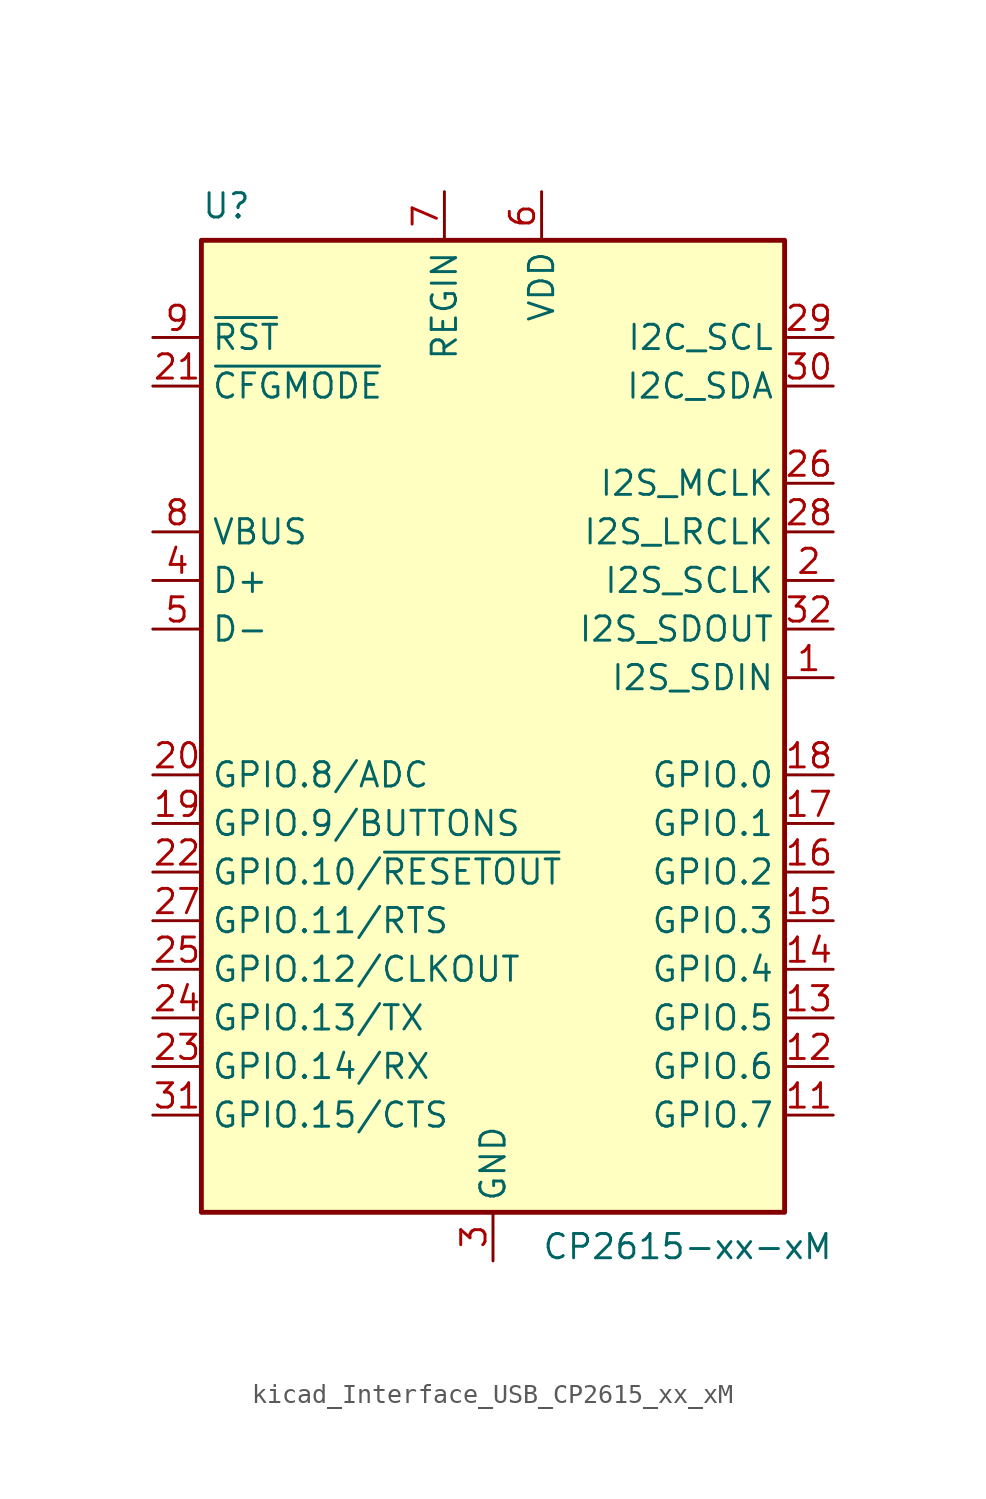
<source format=kicad_sym>
(kicad_symbol_lib
  (version 20220914)
  (generator kicad_symbol_editor)
  (symbol "kicad_Interface_USB_CP2615_xx_xM"
    (property "Reference" "U"
      (at -15.24 27.94 0)
      (effects (font (size 1.27 1.27)) (justify left top)))
    (property "Value" "CP2615-xx-xM"
      (at 2.54 -27.94 0)
      (effects (font (size 1.27 1.27)) (justify left bottom)))
    (symbol "kicad_Interface_USB_CP2615_xx_xM_0_0"
      (pin input line (at 17.78 2.54 180) (length 2.54) (name "I2S_SDIN" (effects (font (size 1.27 1.27)))) (number "1" (effects (font (size 1.27 1.27)))))
      (pin no_connect line (at -15.24 15.24 0) (length 2.54) hide (name "NC" (effects (font (size 1.27 1.27)))) (number "10" (effects (font (size 1.27 1.27)))))
      (pin bidirectional line (at 17.78 -20.32 180) (length 2.54) (name "GPIO.7" (effects (font (size 1.27 1.27)))) (number "11" (effects (font (size 1.27 1.27)))))
      (pin bidirectional line (at 17.78 -17.78 180) (length 2.54) (name "GPIO.6" (effects (font (size 1.27 1.27)))) (number "12" (effects (font (size 1.27 1.27)))))
      (pin output line (at 17.78 7.62 180) (length 2.54) (name "I2S_SCLK" (effects (font (size 1.27 1.27)))) (number "2" (effects (font (size 1.27 1.27)))))
      (pin input line (at -17.78 17.78 0) (length 2.54) (name "~{CFGMODE}" (effects (font (size 1.27 1.27)))) (number "21" (effects (font (size 1.27 1.27)))))
      (pin bidirectional line (at -17.78 -7.62 0) (length 2.54) (name "GPIO.10/~{RESETOUT}" (effects (font (size 1.27 1.27)))) (number "22" (effects (font (size 1.27 1.27)))))
      (pin bidirectional line (at -17.78 -17.78 0) (length 2.54) (name "GPIO.14/RX" (effects (font (size 1.27 1.27)))) (number "23" (effects (font (size 1.27 1.27)))))
      (pin bidirectional line (at -17.78 -15.24 0) (length 2.54) (name "GPIO.13/TX" (effects (font (size 1.27 1.27)))) (number "24" (effects (font (size 1.27 1.27)))))
      (pin bidirectional line (at -17.78 -12.7 0) (length 2.54) (name "GPIO.12/CLKOUT" (effects (font (size 1.27 1.27)))) (number "25" (effects (font (size 1.27 1.27)))))
      (pin output line (at 17.78 12.7 180) (length 2.54) (name "I2S_MCLK" (effects (font (size 1.27 1.27)))) (number "26" (effects (font (size 1.27 1.27)))))
      (pin bidirectional line (at -17.78 -10.16 0) (length 2.54) (name "GPIO.11/RTS" (effects (font (size 1.27 1.27)))) (number "27" (effects (font (size 1.27 1.27)))))
      (pin output line (at 17.78 10.16 180) (length 2.54) (name "I2S_LRCLK" (effects (font (size 1.27 1.27)))) (number "28" (effects (font (size 1.27 1.27)))))
      (pin bidirectional line (at 17.78 20.32 180) (length 2.54) (name "I2C_SCL" (effects (font (size 1.27 1.27)))) (number "29" (effects (font (size 1.27 1.27)))))
      (pin power_in line (at 0 -27.94 90) (length 2.54) (name "GND" (effects (font (size 1.27 1.27)))) (number "3" (effects (font (size 1.27 1.27)))))
      (pin bidirectional line (at 17.78 17.78 180) (length 2.54) (name "I2C_SDA" (effects (font (size 1.27 1.27)))) (number "30" (effects (font (size 1.27 1.27)))))
      (pin bidirectional line (at -17.78 -20.32 0) (length 2.54) (name "GPIO.15/CTS" (effects (font (size 1.27 1.27)))) (number "31" (effects (font (size 1.27 1.27)))))
      (pin output line (at 17.78 5.08 180) (length 2.54) (name "I2S_SDOUT" (effects (font (size 1.27 1.27)))) (number "32" (effects (font (size 1.27 1.27)))))
      (pin bidirectional line (at -17.78 7.62 0) (length 2.54) (name "D+" (effects (font (size 1.27 1.27)))) (number "4" (effects (font (size 1.27 1.27)))))
      (pin bidirectional line (at -17.78 5.08 0) (length 2.54) (name "D-" (effects (font (size 1.27 1.27)))) (number "5" (effects (font (size 1.27 1.27)))))
      (pin power_in line (at 2.54 27.94 270) (length 2.54) (name "VDD" (effects (font (size 1.27 1.27)))) (number "6" (effects (font (size 1.27 1.27)))))
      (pin power_in line (at -2.54 27.94 270) (length 2.54) (name "REGIN" (effects (font (size 1.27 1.27)))) (number "7" (effects (font (size 1.27 1.27)))))
      (pin input line (at -17.78 10.16 0) (length 2.54) (name "VBUS" (effects (font (size 1.27 1.27)))) (number "8" (effects (font (size 1.27 1.27)))))
      (pin bidirectional line (at -17.78 20.32 0) (length 2.54) (name "~{RST}" (effects (font (size 1.27 1.27)))) (number "9" (effects (font (size 1.27 1.27))))))
    (symbol "kicad_Interface_USB_CP2615_xx_xM_0_1"
      (rectangle (start -15.24 -25.4) (end 15.24 25.4) (stroke (width 0.254) (type default)) (fill (type background))))
    (symbol "kicad_Interface_USB_CP2615_xx_xM_1_1"
      (pin bidirectional line (at 17.78 -15.24 180) (length 2.54) (name "GPIO.5" (effects (font (size 1.27 1.27)))) (number "13" (effects (font (size 1.27 1.27)))))
      (pin bidirectional line (at 17.78 -12.7 180) (length 2.54) (name "GPIO.4" (effects (font (size 1.27 1.27)))) (number "14" (effects (font (size 1.27 1.27)))))
      (pin bidirectional line (at 17.78 -10.16 180) (length 2.54) (name "GPIO.3" (effects (font (size 1.27 1.27)))) (number "15" (effects (font (size 1.27 1.27)))))
      (pin bidirectional line (at 17.78 -7.62 180) (length 2.54) (name "GPIO.2" (effects (font (size 1.27 1.27)))) (number "16" (effects (font (size 1.27 1.27)))))
      (pin bidirectional line (at 17.78 -5.08 180) (length 2.54) (name "GPIO.1" (effects (font (size 1.27 1.27)))) (number "17" (effects (font (size 1.27 1.27)))))
      (pin bidirectional line (at 17.78 -2.54 180) (length 2.54) (name "GPIO.0" (effects (font (size 1.27 1.27)))) (number "18" (effects (font (size 1.27 1.27)))))
      (pin bidirectional line (at -17.78 -5.08 0) (length 2.54) (name "GPIO.9/BUTTONS" (effects (font (size 1.27 1.27)))) (number "19" (effects (font (size 1.27 1.27)))))
      (pin bidirectional line (at -17.78 -2.54 0) (length 2.54) (name "GPIO.8/ADC" (effects (font (size 1.27 1.27)))) (number "20" (effects (font (size 1.27 1.27)))))
      (pin passive line (at 0 -27.94 90) (length 2.54) hide (name "GND" (effects (font (size 1.27 1.27)))) (number "33" (effects (font (size 1.27 1.27))))))))
</source>
